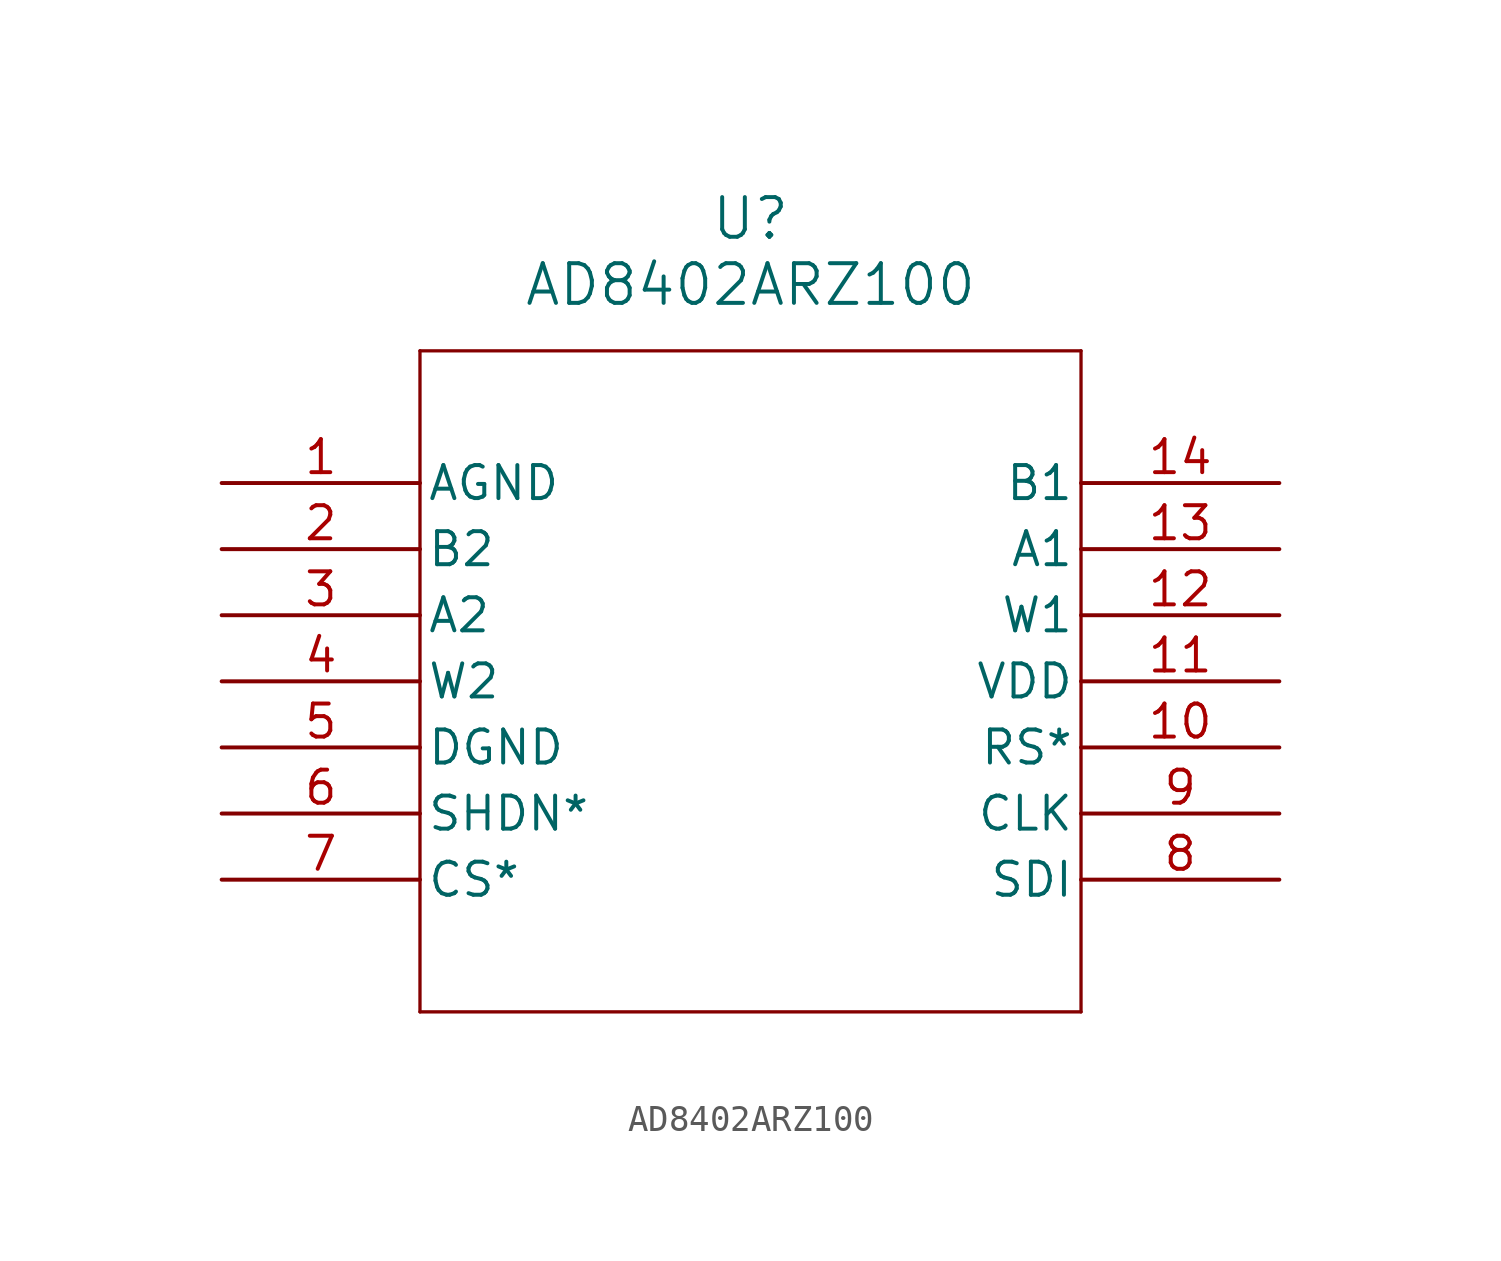
<source format=kicad_sym>
(kicad_symbol_lib
  (version 20211014)
  (generator kicad_symbol_editor)
  (symbol "AD8402ARZ100"
    (pin_names
      (offset 0.254))
    (property "Reference" "U"
      (at 20.32 10.16 0)
      (effects (font (size 1.524 1.524))))
    (property "Value" "AD8402ARZ100"
      (at 20.32 7.62 0)
      (effects (font (size 1.524 1.524))))
    (symbol "AD8402ARZ100_0_1"
      (polyline (pts (xy 7.62 5.08) (xy 7.62 -20.32)) (stroke (width 0.127) (type default) (color 0 0 0 0)) (fill (type none)))
      (polyline (pts (xy 7.62 -20.32) (xy 33.02 -20.32)) (stroke (width 0.127) (type default) (color 0 0 0 0)) (fill (type none)))
      (polyline (pts (xy 33.02 -20.32) (xy 33.02 5.08)) (stroke (width 0.127) (type default) (color 0 0 0 0)) (fill (type none)))
      (polyline (pts (xy 33.02 5.08) (xy 7.62 5.08)) (stroke (width 0.127) (type default) (color 0 0 0 0)) (fill (type none)))
      (pin unspecified line (at 0 0 0) (length 7.62) (name "AGND" (effects (font (size 1.27 1.27)))) (number "1" (effects (font (size 1.27 1.27)))))
      (pin unspecified line (at 0 -2.54 0) (length 7.62) (name "B2" (effects (font (size 1.27 1.27)))) (number "2" (effects (font (size 1.27 1.27)))))
      (pin unspecified line (at 0 -5.08 0) (length 7.62) (name "A2" (effects (font (size 1.27 1.27)))) (number "3" (effects (font (size 1.27 1.27)))))
      (pin unspecified line (at 0 -7.62 0) (length 7.62) (name "W2" (effects (font (size 1.27 1.27)))) (number "4" (effects (font (size 1.27 1.27)))))
      (pin unspecified line (at 0 -10.16 0) (length 7.62) (name "DGND" (effects (font (size 1.27 1.27)))) (number "5" (effects (font (size 1.27 1.27)))))
      (pin unspecified line (at 0 -12.7 0) (length 7.62) (name "SHDN*" (effects (font (size 1.27 1.27)))) (number "6" (effects (font (size 1.27 1.27)))))
      (pin unspecified line (at 0 -15.24 0) (length 7.62) (name "CS*" (effects (font (size 1.27 1.27)))) (number "7" (effects (font (size 1.27 1.27)))))
      (pin unspecified line (at 40.64 -15.24 180) (length 7.62) (name "SDI" (effects (font (size 1.27 1.27)))) (number "8" (effects (font (size 1.27 1.27)))))
      (pin unspecified line (at 40.64 -12.7 180) (length 7.62) (name "CLK" (effects (font (size 1.27 1.27)))) (number "9" (effects (font (size 1.27 1.27)))))
      (pin unspecified line (at 40.64 -10.16 180) (length 7.62) (name "RS*" (effects (font (size 1.27 1.27)))) (number "10" (effects (font (size 1.27 1.27)))))
      (pin power_in line (at 40.64 -7.62 180) (length 7.62) (name "VDD" (effects (font (size 1.27 1.27)))) (number "11" (effects (font (size 1.27 1.27)))))
      (pin unspecified line (at 40.64 -5.08 180) (length 7.62) (name "W1" (effects (font (size 1.27 1.27)))) (number "12" (effects (font (size 1.27 1.27)))))
      (pin unspecified line (at 40.64 -2.54 180) (length 7.62) (name "A1" (effects (font (size 1.27 1.27)))) (number "13" (effects (font (size 1.27 1.27)))))
      (pin unspecified line (at 40.64 0 180) (length 7.62) (name "B1" (effects (font (size 1.27 1.27)))) (number "14" (effects (font (size 1.27 1.27))))))))
</source>
